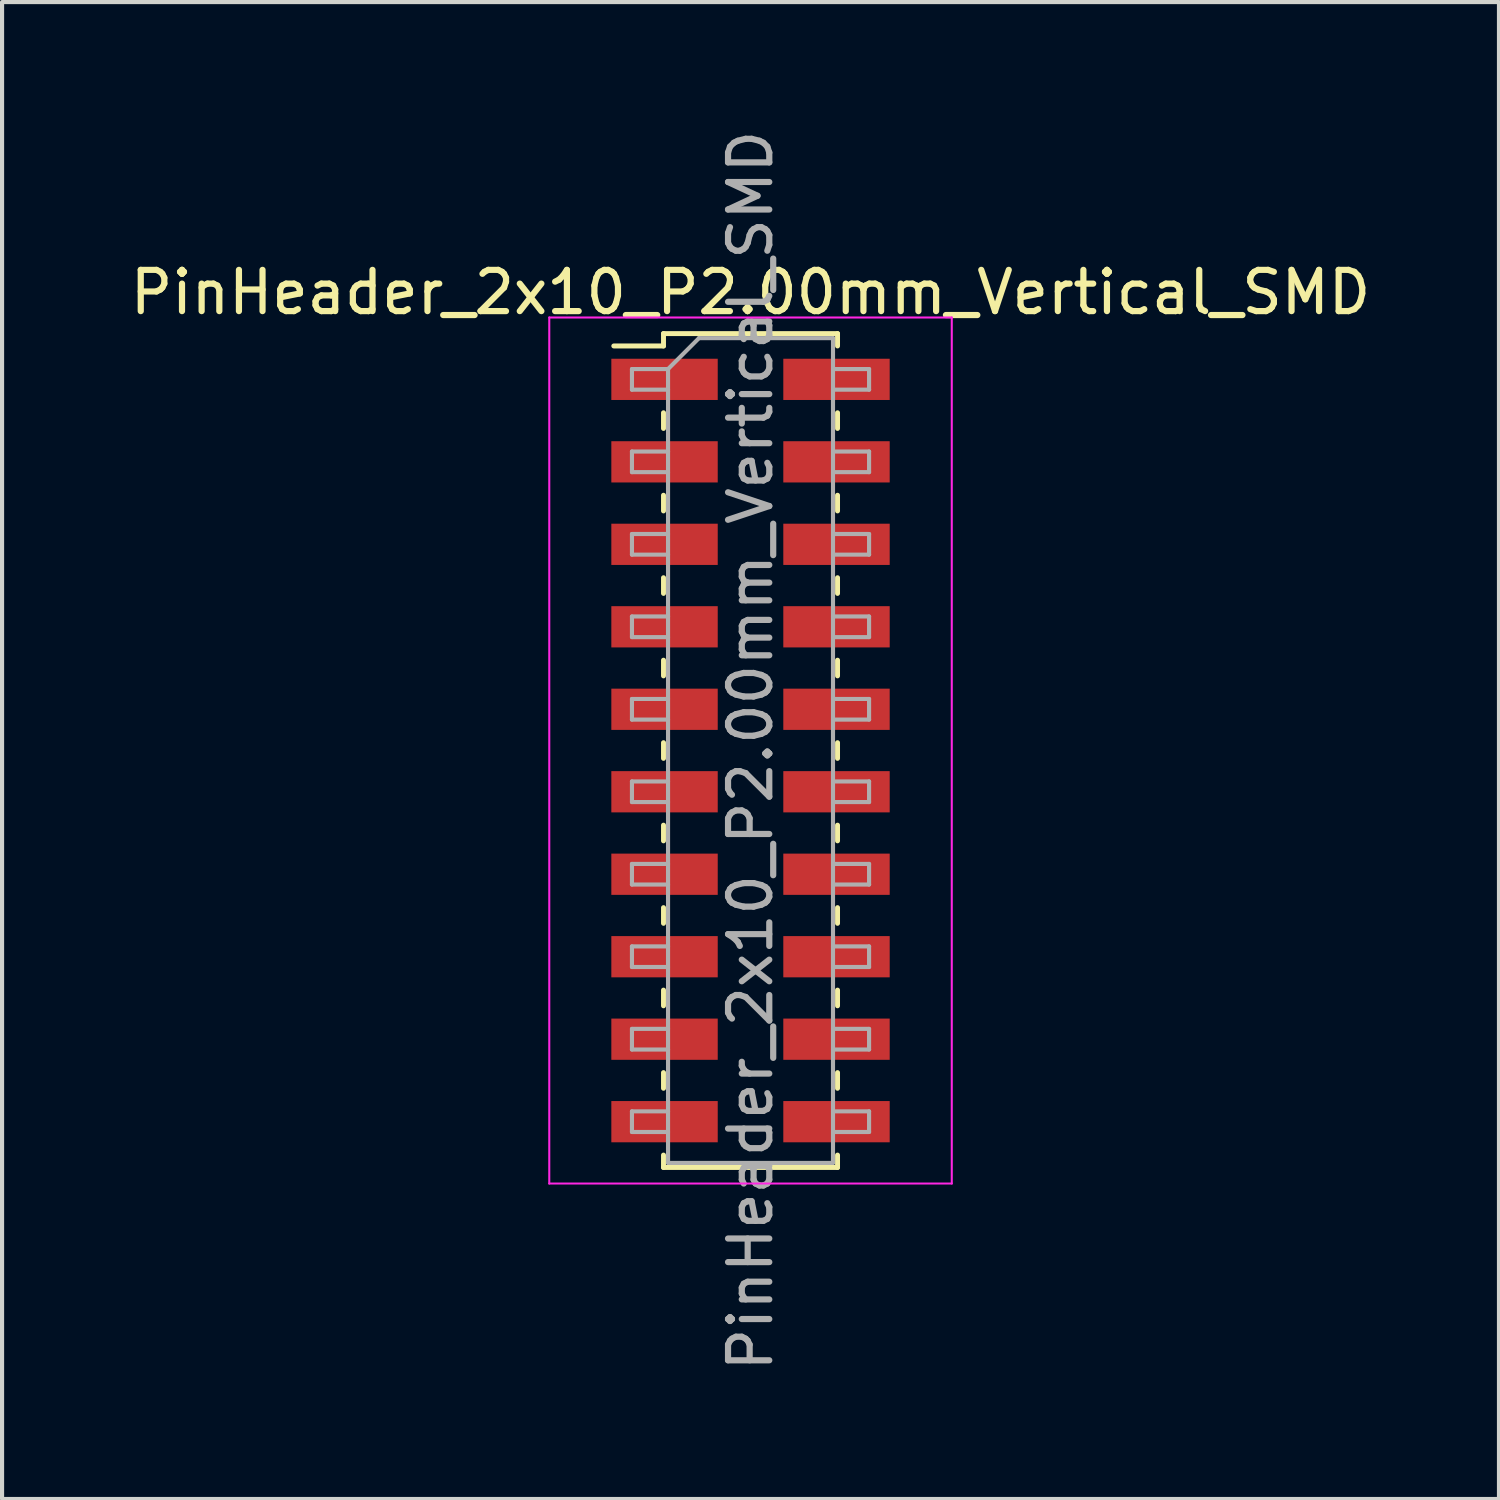
<source format=kicad_pcb>
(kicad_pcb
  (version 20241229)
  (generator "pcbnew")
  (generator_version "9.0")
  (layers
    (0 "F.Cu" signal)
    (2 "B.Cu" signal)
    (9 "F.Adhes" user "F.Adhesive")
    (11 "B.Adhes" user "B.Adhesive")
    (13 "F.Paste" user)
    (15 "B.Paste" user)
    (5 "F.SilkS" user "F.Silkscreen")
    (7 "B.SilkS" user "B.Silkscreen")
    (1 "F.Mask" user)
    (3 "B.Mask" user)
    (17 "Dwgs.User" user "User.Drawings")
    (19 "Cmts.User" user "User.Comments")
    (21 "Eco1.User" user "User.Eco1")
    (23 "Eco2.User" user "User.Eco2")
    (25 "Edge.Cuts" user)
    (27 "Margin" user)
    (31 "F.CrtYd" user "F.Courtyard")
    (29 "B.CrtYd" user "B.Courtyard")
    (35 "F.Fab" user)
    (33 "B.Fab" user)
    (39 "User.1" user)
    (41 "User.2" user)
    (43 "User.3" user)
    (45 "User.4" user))
  (footprint "PinHeader_2x10_P2.00mm_Vertical_SMD"
    (layer "F.Cu")
    (at 15.149 15.149)
    (property "Reference" "PinHeader_2x10_P2.00mm_Vertical_SMD" (at 0 -11.11 0) (layer "F.SilkS") (effects (font (size 1 1) (thickness 0.15))))
    (attr smd)
    (fp_line (start -3.315 -9.81) (end -2.11 -9.81) (stroke (width 0.12) (type solid)) (layer "F.SilkS"))
    (fp_line (start -2.11 -10.11) (end -2.11 -9.81) (stroke (width 0.12) (type solid)) (layer "F.SilkS"))
    (fp_line (start -2.11 -10.11) (end 2.11 -10.11) (stroke (width 0.12) (type solid)) (layer "F.SilkS"))
    (fp_line (start -2.11 -8.19) (end -2.11 -7.81) (stroke (width 0.12) (type solid)) (layer "F.SilkS"))
    (fp_line (start -2.11 -6.19) (end -2.11 -5.81) (stroke (width 0.12) (type solid)) (layer "F.SilkS"))
    (fp_line (start -2.11 -4.19) (end -2.11 -3.81) (stroke (width 0.12) (type solid)) (layer "F.SilkS"))
    (fp_line (start -2.11 -2.19) (end -2.11 -1.81) (stroke (width 0.12) (type solid)) (layer "F.SilkS"))
    (fp_line (start -2.11 -0.19) (end -2.11 0.19) (stroke (width 0.12) (type solid)) (layer "F.SilkS"))
    (fp_line (start -2.11 1.81) (end -2.11 2.19) (stroke (width 0.12) (type solid)) (layer "F.SilkS"))
    (fp_line (start -2.11 3.81) (end -2.11 4.19) (stroke (width 0.12) (type solid)) (layer "F.SilkS"))
    (fp_line (start -2.11 5.81) (end -2.11 6.19) (stroke (width 0.12) (type solid)) (layer "F.SilkS"))
    (fp_line (start -2.11 7.81) (end -2.11 8.19) (stroke (width 0.12) (type solid)) (layer "F.SilkS"))
    (fp_line (start -2.11 9.81) (end -2.11 10.11) (stroke (width 0.12) (type solid)) (layer "F.SilkS"))
    (fp_line (start -2.11 10.11) (end 2.11 10.11) (stroke (width 0.12) (type solid)) (layer "F.SilkS"))
    (fp_line (start 2.11 -10.11) (end 2.11 -9.81) (stroke (width 0.12) (type solid)) (layer "F.SilkS"))
    (fp_line (start 2.11 -8.19) (end 2.11 -7.81) (stroke (width 0.12) (type solid)) (layer "F.SilkS"))
    (fp_line (start 2.11 -6.19) (end 2.11 -5.81) (stroke (width 0.12) (type solid)) (layer "F.SilkS"))
    (fp_line (start 2.11 -4.19) (end 2.11 -3.81) (stroke (width 0.12) (type solid)) (layer "F.SilkS"))
    (fp_line (start 2.11 -2.19) (end 2.11 -1.81) (stroke (width 0.12) (type solid)) (layer "F.SilkS"))
    (fp_line (start 2.11 -0.19) (end 2.11 0.19) (stroke (width 0.12) (type solid)) (layer "F.SilkS"))
    (fp_line (start 2.11 1.81) (end 2.11 2.19) (stroke (width 0.12) (type solid)) (layer "F.SilkS"))
    (fp_line (start 2.11 3.81) (end 2.11 4.19) (stroke (width 0.12) (type solid)) (layer "F.SilkS"))
    (fp_line (start 2.11 5.81) (end 2.11 6.19) (stroke (width 0.12) (type solid)) (layer "F.SilkS"))
    (fp_line (start 2.11 7.81) (end 2.11 8.19) (stroke (width 0.12) (type solid)) (layer "F.SilkS"))
    (fp_line (start 2.11 9.81) (end 2.11 10.11) (stroke (width 0.12) (type solid)) (layer "F.SilkS"))
    (fp_line (start -4.88 -10.5) (end -4.88 10.5) (stroke (width 0.05) (type solid)) (layer "F.CrtYd"))
    (fp_line (start -4.88 10.5) (end 4.88 10.5) (stroke (width 0.05) (type solid)) (layer "F.CrtYd"))
    (fp_line (start 4.88 -10.5) (end -4.88 -10.5) (stroke (width 0.05) (type solid)) (layer "F.CrtYd"))
    (fp_line (start 4.88 10.5) (end 4.88 -10.5) (stroke (width 0.05) (type solid)) (layer "F.CrtYd"))
    (fp_line (start -2.875 -9.25) (end -2.875 -8.75) (stroke (width 0.1) (type solid)) (layer "F.Fab"))
    (fp_line (start -2.875 -8.75) (end -2 -8.75) (stroke (width 0.1) (type solid)) (layer "F.Fab"))
    (fp_line (start -2.875 -7.25) (end -2.875 -6.75) (stroke (width 0.1) (type solid)) (layer "F.Fab"))
    (fp_line (start -2.875 -6.75) (end -2 -6.75) (stroke (width 0.1) (type solid)) (layer "F.Fab"))
    (fp_line (start -2.875 -5.25) (end -2.875 -4.75) (stroke (width 0.1) (type solid)) (layer "F.Fab"))
    (fp_line (start -2.875 -4.75) (end -2 -4.75) (stroke (width 0.1) (type solid)) (layer "F.Fab"))
    (fp_line (start -2.875 -3.25) (end -2.875 -2.75) (stroke (width 0.1) (type solid)) (layer "F.Fab"))
    (fp_line (start -2.875 -2.75) (end -2 -2.75) (stroke (width 0.1) (type solid)) (layer "F.Fab"))
    (fp_line (start -2.875 -1.25) (end -2.875 -0.75) (stroke (width 0.1) (type solid)) (layer "F.Fab"))
    (fp_line (start -2.875 -0.75) (end -2 -0.75) (stroke (width 0.1) (type solid)) (layer "F.Fab"))
    (fp_line (start -2.875 0.75) (end -2.875 1.25) (stroke (width 0.1) (type solid)) (layer "F.Fab"))
    (fp_line (start -2.875 1.25) (end -2 1.25) (stroke (width 0.1) (type solid)) (layer "F.Fab"))
    (fp_line (start -2.875 2.75) (end -2.875 3.25) (stroke (width 0.1) (type solid)) (layer "F.Fab"))
    (fp_line (start -2.875 3.25) (end -2 3.25) (stroke (width 0.1) (type solid)) (layer "F.Fab"))
    (fp_line (start -2.875 4.75) (end -2.875 5.25) (stroke (width 0.1) (type solid)) (layer "F.Fab"))
    (fp_line (start -2.875 5.25) (end -2 5.25) (stroke (width 0.1) (type solid)) (layer "F.Fab"))
    (fp_line (start -2.875 6.75) (end -2.875 7.25) (stroke (width 0.1) (type solid)) (layer "F.Fab"))
    (fp_line (start -2.875 7.25) (end -2 7.25) (stroke (width 0.1) (type solid)) (layer "F.Fab"))
    (fp_line (start -2.875 8.75) (end -2.875 9.25) (stroke (width 0.1) (type solid)) (layer "F.Fab"))
    (fp_line (start -2.875 9.25) (end -2 9.25) (stroke (width 0.1) (type solid)) (layer "F.Fab"))
    (fp_line (start -2 -9.25) (end -2.875 -9.25) (stroke (width 0.1) (type solid)) (layer "F.Fab"))
    (fp_line (start -2 -9.25) (end -1.25 -10) (stroke (width 0.1) (type solid)) (layer "F.Fab"))
    (fp_line (start -2 -7.25) (end -2.875 -7.25) (stroke (width 0.1) (type solid)) (layer "F.Fab"))
    (fp_line (start -2 -5.25) (end -2.875 -5.25) (stroke (width 0.1) (type solid)) (layer "F.Fab"))
    (fp_line (start -2 -3.25) (end -2.875 -3.25) (stroke (width 0.1) (type solid)) (layer "F.Fab"))
    (fp_line (start -2 -1.25) (end -2.875 -1.25) (stroke (width 0.1) (type solid)) (layer "F.Fab"))
    (fp_line (start -2 0.75) (end -2.875 0.75) (stroke (width 0.1) (type solid)) (layer "F.Fab"))
    (fp_line (start -2 2.75) (end -2.875 2.75) (stroke (width 0.1) (type solid)) (layer "F.Fab"))
    (fp_line (start -2 4.75) (end -2.875 4.75) (stroke (width 0.1) (type solid)) (layer "F.Fab"))
    (fp_line (start -2 6.75) (end -2.875 6.75) (stroke (width 0.1) (type solid)) (layer "F.Fab"))
    (fp_line (start -2 8.75) (end -2.875 8.75) (stroke (width 0.1) (type solid)) (layer "F.Fab"))
    (fp_line (start -2 10) (end -2 -9.25) (stroke (width 0.1) (type solid)) (layer "F.Fab"))
    (fp_line (start -1.25 -10) (end 2 -10) (stroke (width 0.1) (type solid)) (layer "F.Fab"))
    (fp_line (start 2 -10) (end 2 10) (stroke (width 0.1) (type solid)) (layer "F.Fab"))
    (fp_line (start 2 -9.25) (end 2.875 -9.25) (stroke (width 0.1) (type solid)) (layer "F.Fab"))
    (fp_line (start 2 -7.25) (end 2.875 -7.25) (stroke (width 0.1) (type solid)) (layer "F.Fab"))
    (fp_line (start 2 -5.25) (end 2.875 -5.25) (stroke (width 0.1) (type solid)) (layer "F.Fab"))
    (fp_line (start 2 -3.25) (end 2.875 -3.25) (stroke (width 0.1) (type solid)) (layer "F.Fab"))
    (fp_line (start 2 -1.25) (end 2.875 -1.25) (stroke (width 0.1) (type solid)) (layer "F.Fab"))
    (fp_line (start 2 0.75) (end 2.875 0.75) (stroke (width 0.1) (type solid)) (layer "F.Fab"))
    (fp_line (start 2 2.75) (end 2.875 2.75) (stroke (width 0.1) (type solid)) (layer "F.Fab"))
    (fp_line (start 2 4.75) (end 2.875 4.75) (stroke (width 0.1) (type solid)) (layer "F.Fab"))
    (fp_line (start 2 6.75) (end 2.875 6.75) (stroke (width 0.1) (type solid)) (layer "F.Fab"))
    (fp_line (start 2 8.75) (end 2.875 8.75) (stroke (width 0.1) (type solid)) (layer "F.Fab"))
    (fp_line (start 2 10) (end -2 10) (stroke (width 0.1) (type solid)) (layer "F.Fab"))
    (fp_line (start 2.875 -9.25) (end 2.875 -8.75) (stroke (width 0.1) (type solid)) (layer "F.Fab"))
    (fp_line (start 2.875 -8.75) (end 2 -8.75) (stroke (width 0.1) (type solid)) (layer "F.Fab"))
    (fp_line (start 2.875 -7.25) (end 2.875 -6.75) (stroke (width 0.1) (type solid)) (layer "F.Fab"))
    (fp_line (start 2.875 -6.75) (end 2 -6.75) (stroke (width 0.1) (type solid)) (layer "F.Fab"))
    (fp_line (start 2.875 -5.25) (end 2.875 -4.75) (stroke (width 0.1) (type solid)) (layer "F.Fab"))
    (fp_line (start 2.875 -4.75) (end 2 -4.75) (stroke (width 0.1) (type solid)) (layer "F.Fab"))
    (fp_line (start 2.875 -3.25) (end 2.875 -2.75) (stroke (width 0.1) (type solid)) (layer "F.Fab"))
    (fp_line (start 2.875 -2.75) (end 2 -2.75) (stroke (width 0.1) (type solid)) (layer "F.Fab"))
    (fp_line (start 2.875 -1.25) (end 2.875 -0.75) (stroke (width 0.1) (type solid)) (layer "F.Fab"))
    (fp_line (start 2.875 -0.75) (end 2 -0.75) (stroke (width 0.1) (type solid)) (layer "F.Fab"))
    (fp_line (start 2.875 0.75) (end 2.875 1.25) (stroke (width 0.1) (type solid)) (layer "F.Fab"))
    (fp_line (start 2.875 1.25) (end 2 1.25) (stroke (width 0.1) (type solid)) (layer "F.Fab"))
    (fp_line (start 2.875 2.75) (end 2.875 3.25) (stroke (width 0.1) (type solid)) (layer "F.Fab"))
    (fp_line (start 2.875 3.25) (end 2 3.25) (stroke (width 0.1) (type solid)) (layer "F.Fab"))
    (fp_line (start 2.875 4.75) (end 2.875 5.25) (stroke (width 0.1) (type solid)) (layer "F.Fab"))
    (fp_line (start 2.875 5.25) (end 2 5.25) (stroke (width 0.1) (type solid)) (layer "F.Fab"))
    (fp_line (start 2.875 6.75) (end 2.875 7.25) (stroke (width 0.1) (type solid)) (layer "F.Fab"))
    (fp_line (start 2.875 7.25) (end 2 7.25) (stroke (width 0.1) (type solid)) (layer "F.Fab"))
    (fp_line (start 2.875 8.75) (end 2.875 9.25) (stroke (width 0.1) (type solid)) (layer "F.Fab"))
    (fp_line (start 2.875 9.25) (end 2 9.25) (stroke (width 0.1) (type solid)) (layer "F.Fab"))
    (fp_text user "${REFERENCE}" (at 0 0 90) (layer "F.Fab") (effects (font (size 1 1) (thickness 0.15))))
    (pad "1" smd rect (at -2.085 -9) (size 2.58 1) (layers "F.Cu" "F.Mask" "F.Paste"))
    (pad "2" smd rect (at 2.085 -9) (size 2.58 1) (layers "F.Cu" "F.Mask" "F.Paste"))
    (pad "3" smd rect (at -2.085 -7) (size 2.58 1) (layers "F.Cu" "F.Mask" "F.Paste"))
    (pad "4" smd rect (at 2.085 -7) (size 2.58 1) (layers "F.Cu" "F.Mask" "F.Paste"))
    (pad "5" smd rect (at -2.085 -5) (size 2.58 1) (layers "F.Cu" "F.Mask" "F.Paste"))
    (pad "6" smd rect (at 2.085 -5) (size 2.58 1) (layers "F.Cu" "F.Mask" "F.Paste"))
    (pad "7" smd rect (at -2.085 -3) (size 2.58 1) (layers "F.Cu" "F.Mask" "F.Paste"))
    (pad "8" smd rect (at 2.085 -3) (size 2.58 1) (layers "F.Cu" "F.Mask" "F.Paste"))
    (pad "9" smd rect (at -2.085 -1) (size 2.58 1) (layers "F.Cu" "F.Mask" "F.Paste"))
    (pad "10" smd rect (at 2.085 -1) (size 2.58 1) (layers "F.Cu" "F.Mask" "F.Paste"))
    (pad "11" smd rect (at -2.085 1) (size 2.58 1) (layers "F.Cu" "F.Mask" "F.Paste"))
    (pad "12" smd rect (at 2.085 1) (size 2.58 1) (layers "F.Cu" "F.Mask" "F.Paste"))
    (pad "13" smd rect (at -2.085 3) (size 2.58 1) (layers "F.Cu" "F.Mask" "F.Paste"))
    (pad "14" smd rect (at 2.085 3) (size 2.58 1) (layers "F.Cu" "F.Mask" "F.Paste"))
    (pad "15" smd rect (at -2.085 5) (size 2.58 1) (layers "F.Cu" "F.Mask" "F.Paste"))
    (pad "16" smd rect (at 2.085 5) (size 2.58 1) (layers "F.Cu" "F.Mask" "F.Paste"))
    (pad "17" smd rect (at -2.085 7) (size 2.58 1) (layers "F.Cu" "F.Mask" "F.Paste"))
    (pad "18" smd rect (at 2.085 7) (size 2.58 1) (layers "F.Cu" "F.Mask" "F.Paste"))
    (pad "19" smd rect (at -2.085 9) (size 2.58 1) (layers "F.Cu" "F.Mask" "F.Paste"))
    (pad "20" smd rect (at 2.085 9) (size 2.58 1) (layers "F.Cu" "F.Mask" "F.Paste")))
  (gr_rect
    (start -3 -3)
    (end 33.298 33.298)
    (stroke (width 0.1) (type default))
    (fill no)
    (layer "Edge.Cuts")))
</source>
